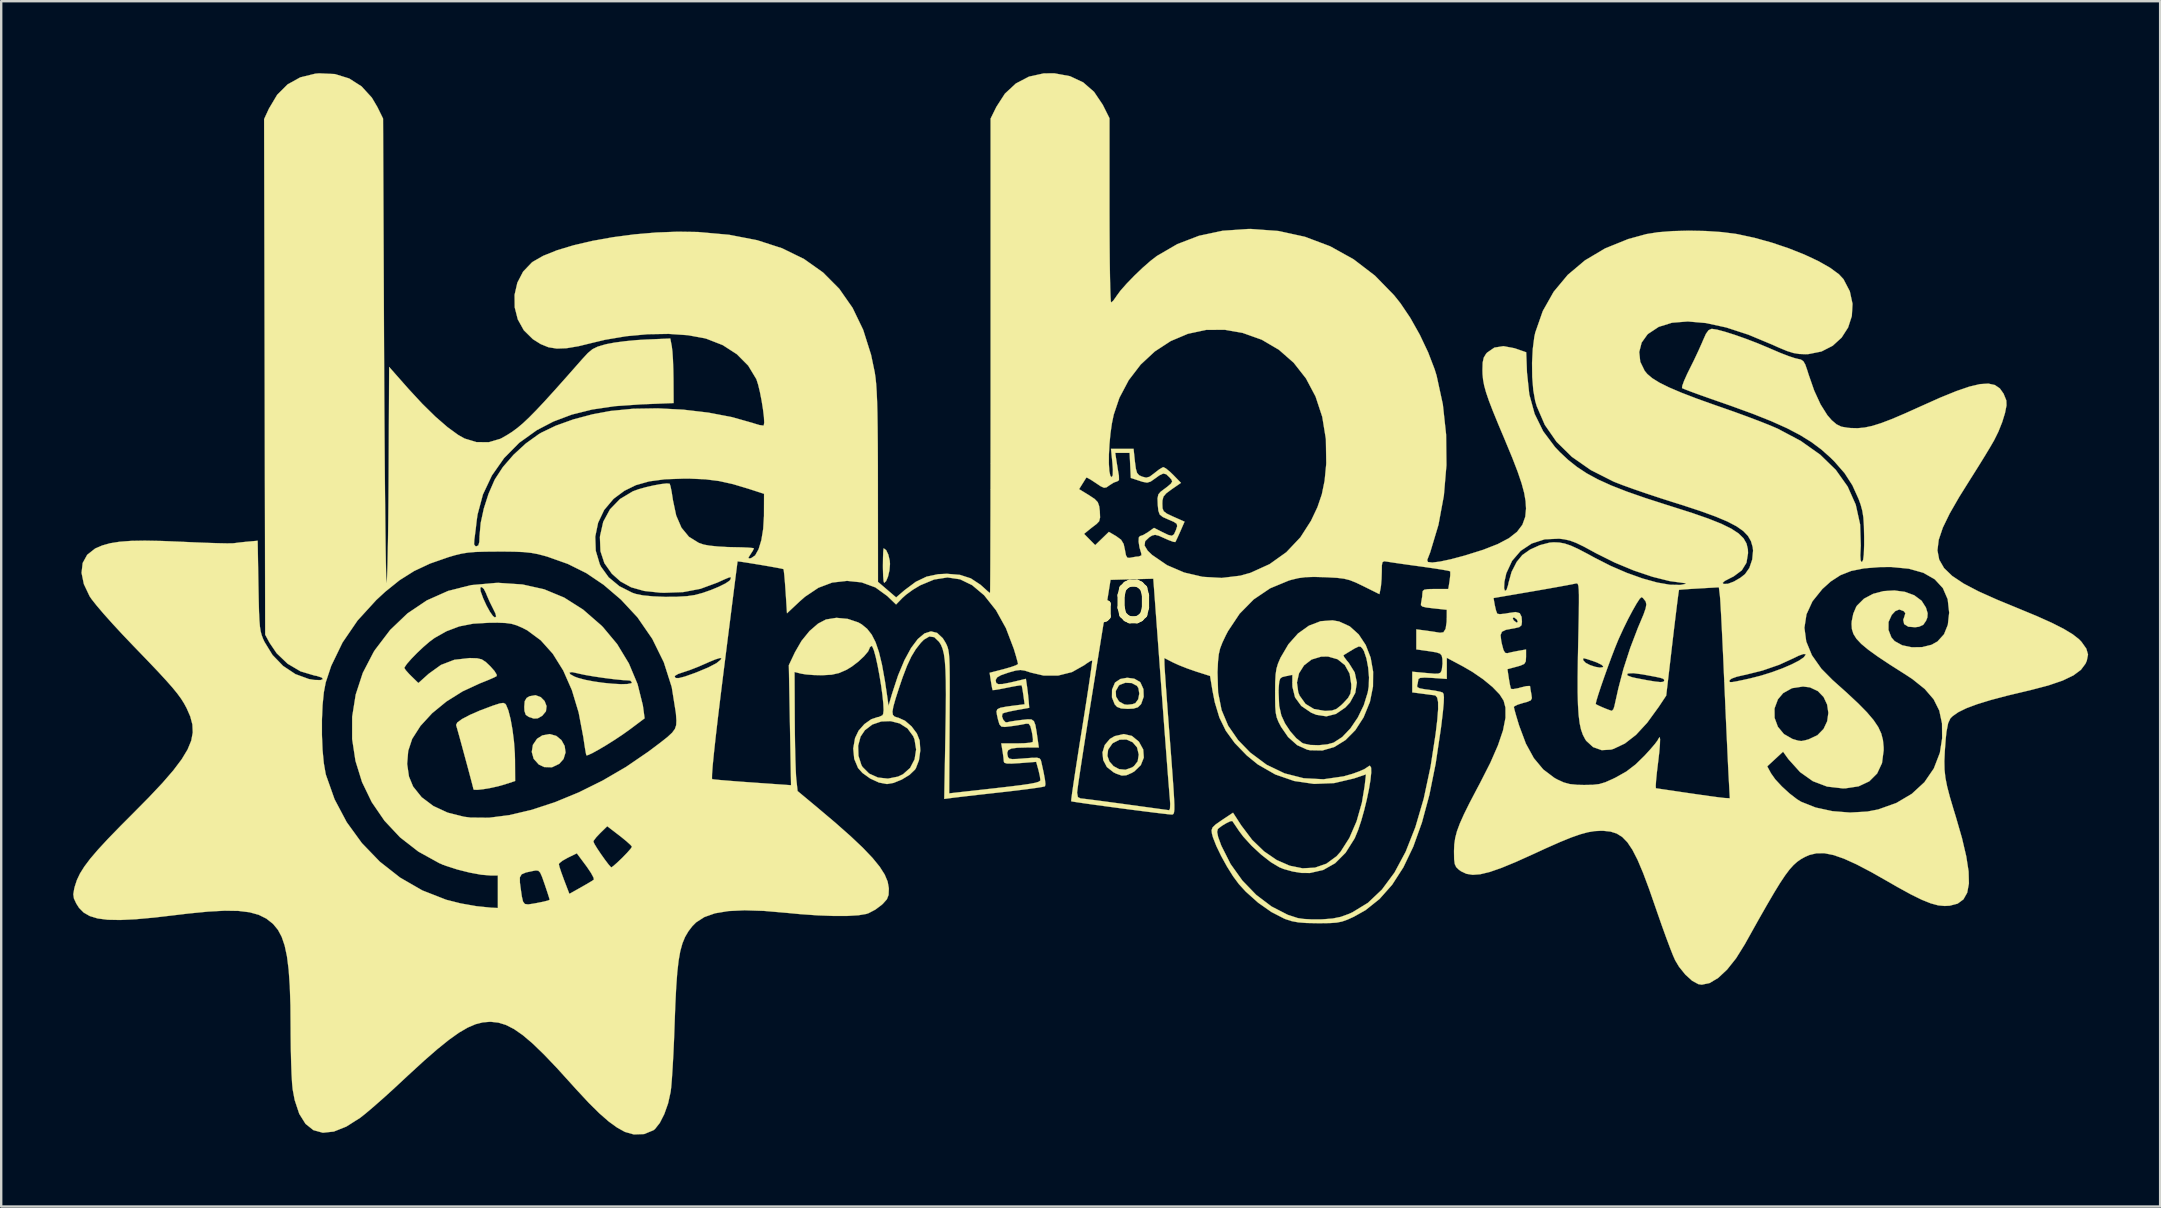
<source format=kicad_pcb>
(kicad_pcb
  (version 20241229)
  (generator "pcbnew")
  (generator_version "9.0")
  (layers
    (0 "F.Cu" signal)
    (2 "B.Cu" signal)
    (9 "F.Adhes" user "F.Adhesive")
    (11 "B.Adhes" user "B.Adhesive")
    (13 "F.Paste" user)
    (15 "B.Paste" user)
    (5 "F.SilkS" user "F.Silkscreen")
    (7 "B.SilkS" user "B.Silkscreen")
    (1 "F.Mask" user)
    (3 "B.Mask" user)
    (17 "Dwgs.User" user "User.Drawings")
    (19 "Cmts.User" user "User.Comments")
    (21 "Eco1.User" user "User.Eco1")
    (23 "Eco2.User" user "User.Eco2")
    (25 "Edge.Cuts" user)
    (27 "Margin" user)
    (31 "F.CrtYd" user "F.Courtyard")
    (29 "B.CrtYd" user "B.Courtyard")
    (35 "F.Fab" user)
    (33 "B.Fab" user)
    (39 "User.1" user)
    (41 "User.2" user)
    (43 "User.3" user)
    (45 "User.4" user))
  (footprint "LOGO"
    (layer "F.Cu")
    (at 41.994 22.084)
    (property "Reference" "LOGO" (at 0 0 0) (layer "F.SilkS") (effects (font (size 1.524 1.524) (thickness 0.3))))
    (attr through_hole)
    (fp_poly (pts (xy -22.513 3.913) (xy -22.352 4.077) (xy -22.271 4.286) (xy -22.296 4.504) (xy -22.451 4.691) (xy -22.637 4.797) (xy -22.805 4.806) (xy -23.008 4.739) (xy -23.136 4.651) (xy -23.191 4.491) (xy -23.199 4.319) (xy -23.18 4.082) (xy -23.101 3.948) (xy -22.979 3.876) (xy -22.731 3.833) (xy -22.513 3.913)) (stroke (width 0.01) (type solid)) (fill yes) (layer "F.SilkS"))
    (fp_poly (pts (xy -21.865 5.529) (xy -21.651 5.705) (xy -21.516 5.947) (xy -21.479 6.219) (xy -21.562 6.49) (xy -21.739 6.691) (xy -22.046 6.837) (xy -22.372 6.827) (xy -22.593 6.722) (xy -22.807 6.484) (xy -22.887 6.195) (xy -22.839 5.901) (xy -22.667 5.649) (xy -22.447 5.508) (xy -22.137 5.452) (xy -21.865 5.529)) (stroke (width 0.01) (type solid)) (fill yes) (layer "F.SilkS"))
    (fp_poly (pts (xy -8.12 -2.211) (xy -8.029 -2.021) (xy -7.971 -1.772) (xy -7.961 -1.634) (xy -7.983 -1.368) (xy -8.042 -1.113) (xy -8.122 -0.921) (xy -8.205 -0.847) (xy -8.228 -0.925) (xy -8.245 -1.133) (xy -8.254 -1.434) (xy -8.255 -1.566) (xy -8.251 -1.892) (xy -8.242 -2.14) (xy -8.228 -2.274) (xy -8.222 -2.286) (xy -8.12 -2.211)) (stroke (width 0.01) (type solid)) (fill yes) (layer "F.SilkS"))
    (fp_poly (pts (xy -23.993 4.19) (xy -23.959 4.233) (xy -23.862 4.467) (xy -23.77 4.828) (xy -23.69 5.275) (xy -23.628 5.767) (xy -23.592 6.263) (xy -23.585 6.519) (xy -23.58 7.408) (xy -24.003 7.547) (xy -24.285 7.627) (xy -24.597 7.696) (xy -24.898 7.748) (xy -25.143 7.776) (xy -25.291 7.772) (xy -25.315 7.755) (xy -25.336 7.664) (xy -25.393 7.444) (xy -25.477 7.127) (xy -25.579 6.747) (xy -25.69 6.338) (xy -25.8 5.932) (xy -25.901 5.563) (xy -25.985 5.264) (xy -26.04 5.072) (xy -25.987 4.967) (xy -25.79 4.825) (xy -25.47 4.656) (xy -25.046 4.471) (xy -24.538 4.28) (xy -24.487 4.262) (xy -24.225 4.178) (xy -24.076 4.155) (xy -23.993 4.19)) (stroke (width 0.01) (type solid)) (fill yes) (layer "F.SilkS"))
    (fp_poly (pts (xy 2.119 5.53) (xy 2.411 5.77) (xy 2.591 6.096) (xy 2.615 6.433) (xy 2.49 6.747) (xy 2.223 7.007) (xy 2.116 7.07) (xy 1.885 7.17) (xy 1.696 7.182) (xy 1.471 7.104) (xy 1.357 7.048) (xy 1.077 6.827) (xy 0.924 6.537) (xy 0.907 6.358) (xy 1.098 6.358) (xy 1.182 6.595) (xy 1.353 6.789) (xy 1.585 6.913) (xy 1.852 6.939) (xy 2.127 6.842) (xy 2.209 6.784) (xy 2.36 6.589) (xy 2.405 6.308) (xy 2.334 6.008) (xy 2.15 5.793) (xy 1.893 5.68) (xy 1.606 5.686) (xy 1.33 5.827) (xy 1.297 5.857) (xy 1.128 6.103) (xy 1.098 6.358) (xy 0.907 6.358) (xy 0.894 6.217) (xy 0.988 5.909) (xy 1.203 5.654) (xy 1.403 5.538) (xy 1.782 5.452) (xy 2.119 5.53)) (stroke (width 0.01) (type solid)) (fill yes) (layer "F.SilkS"))
    (fp_poly (pts (xy 2.216 3.145) (xy 2.447 3.275) (xy 2.476 3.306) (xy 2.599 3.578) (xy 2.61 3.9) (xy 2.507 4.193) (xy 2.493 4.214) (xy 2.37 4.335) (xy 2.187 4.391) (xy 1.947 4.403) (xy 1.67 4.385) (xy 1.501 4.32) (xy 1.402 4.214) (xy 1.288 3.924) (xy 1.291 3.658) (xy 1.447 3.658) (xy 1.459 3.894) (xy 1.585 4.097) (xy 1.805 4.217) (xy 1.932 4.232) (xy 2.142 4.207) (xy 2.264 4.164) (xy 2.382 4.003) (xy 2.427 3.767) (xy 2.391 3.539) (xy 2.33 3.443) (xy 2.112 3.327) (xy 1.845 3.314) (xy 1.611 3.402) (xy 1.572 3.435) (xy 1.447 3.658) (xy 1.291 3.658) (xy 1.292 3.599) (xy 1.411 3.317) (xy 1.423 3.301) (xy 1.636 3.158) (xy 1.923 3.106) (xy 2.216 3.145)) (stroke (width 0.01) (type solid)) (fill yes) (layer "F.SilkS"))
    (fp_poly (pts (xy 10.753 0.762) (xy 11.197 0.965) (xy 11.57 1.301) (xy 11.863 1.744) (xy 12.067 2.27) (xy 12.17 2.854) (xy 12.165 3.47) (xy 12.041 4.093) (xy 12.033 4.12) (xy 11.773 4.756) (xy 11.43 5.288) (xy 11.018 5.703) (xy 10.556 5.99) (xy 10.058 6.136) (xy 9.543 6.127) (xy 9.42 6.101) (xy 9.004 5.913) (xy 8.627 5.575) (xy 8.337 5.154) (xy 8.228 4.946) (xy 8.156 4.766) (xy 8.114 4.569) (xy 8.093 4.311) (xy 8.087 3.95) (xy 8.087 3.725) (xy 8.087 3.673) (xy 8.23 3.673) (xy 8.255 4.271) (xy 8.346 4.676) (xy 8.497 5.006) (xy 8.717 5.338) (xy 8.967 5.625) (xy 9.208 5.816) (xy 9.268 5.846) (xy 9.546 5.906) (xy 9.904 5.917) (xy 10.264 5.881) (xy 10.523 5.81) (xy 10.881 5.578) (xy 11.226 5.215) (xy 11.535 4.759) (xy 11.783 4.247) (xy 11.946 3.718) (xy 11.988 3.468) (xy 12 3.092) (xy 11.965 2.684) (xy 11.892 2.301) (xy 11.791 2) (xy 11.735 1.902) (xy 11.656 1.815) (xy 11.566 1.804) (xy 11.413 1.877) (xy 11.294 1.948) (xy 11.089 2.072) (xy 10.955 2.155) (xy 10.932 2.171) (xy 10.963 2.242) (xy 11.078 2.396) (xy 11.156 2.488) (xy 11.403 2.884) (xy 11.493 3.308) (xy 11.427 3.735) (xy 11.207 4.136) (xy 11.012 4.346) (xy 10.622 4.613) (xy 10.223 4.714) (xy 9.802 4.649) (xy 9.586 4.559) (xy 9.176 4.279) (xy 8.917 3.923) (xy 8.809 3.489) (xy 8.805 3.385) (xy 8.805 3.306) (xy 8.996 3.306) (xy 9.051 3.712) (xy 9.106 3.851) (xy 9.355 4.197) (xy 9.707 4.409) (xy 10.159 4.487) (xy 10.191 4.487) (xy 10.452 4.472) (xy 10.641 4.406) (xy 10.833 4.255) (xy 10.932 4.159) (xy 11.127 3.947) (xy 11.224 3.768) (xy 11.258 3.546) (xy 11.261 3.389) (xy 11.191 2.935) (xy 10.994 2.579) (xy 10.689 2.335) (xy 10.294 2.222) (xy 10.008 2.225) (xy 9.607 2.346) (xy 9.292 2.589) (xy 9.082 2.921) (xy 8.996 3.306) (xy 8.805 3.306) (xy 8.805 2.985) (xy 8.53 3.041) (xy 8.385 3.077) (xy 8.301 3.137) (xy 8.258 3.264) (xy 8.238 3.498) (xy 8.23 3.673) (xy 8.087 3.673) (xy 8.091 3.285) (xy 8.108 2.967) (xy 8.144 2.726) (xy 8.207 2.516) (xy 8.304 2.29) (xy 8.31 2.275) (xy 8.641 1.711) (xy 9.042 1.26) (xy 9.496 0.936) (xy 9.982 0.75) (xy 10.482 0.714) (xy 10.753 0.762)) (stroke (width 0.01) (type solid)) (fill yes) (layer "F.SilkS"))
    (fp_poly (pts (xy -0.462 -21.96) (xy 0.088 -21.703) (xy 0.543 -21.307) (xy 0.904 -20.77) (xy 0.926 -20.726) (xy 1.185 -20.208) (xy 1.185 -16.369) (xy 1.187 -15.581) (xy 1.191 -14.848) (xy 1.197 -14.186) (xy 1.206 -13.612) (xy 1.216 -13.143) (xy 1.228 -12.795) (xy 1.24 -12.587) (xy 1.252 -12.531) (xy 1.335 -12.596) (xy 1.452 -12.757) (xy 1.469 -12.786) (xy 1.637 -13.016) (xy 1.9 -13.315) (xy 2.222 -13.647) (xy 2.565 -13.975) (xy 2.895 -14.264) (xy 3.16 -14.468) (xy 4.01 -14.962) (xy 4.917 -15.31) (xy 5.9 -15.519) (xy 6.973 -15.593) (xy 7.07 -15.594) (xy 8.225 -15.509) (xy 9.332 -15.267) (xy 10.38 -14.872) (xy 11.355 -14.331) (xy 12.246 -13.649) (xy 13.041 -12.834) (xy 13.307 -12.501) (xy 13.717 -11.893) (xy 14.113 -11.19) (xy 14.462 -10.454) (xy 14.733 -9.748) (xy 14.815 -9.483) (xy 15.075 -8.285) (xy 15.211 -7.029) (xy 15.225 -5.751) (xy 15.118 -4.485) (xy 14.892 -3.264) (xy 14.549 -2.122) (xy 14.423 -1.799) (xy 14.454 -1.717) (xy 14.634 -1.695) (xy 14.955 -1.734) (xy 15.409 -1.831) (xy 15.987 -1.985) (xy 15.993 -1.987) (xy 16.757 -2.226) (xy 17.365 -2.464) (xy 17.831 -2.71) (xy 18.168 -2.975) (xy 18.39 -3.269) (xy 18.51 -3.603) (xy 18.542 -3.942) (xy 18.524 -4.251) (xy 18.465 -4.595) (xy 18.357 -4.995) (xy 18.194 -5.476) (xy 17.969 -6.06) (xy 17.674 -6.771) (xy 17.662 -6.801) (xy 17.38 -7.47) (xy 17.16 -8.008) (xy 16.995 -8.437) (xy 16.877 -8.783) (xy 16.798 -9.068) (xy 16.752 -9.314) (xy 16.73 -9.547) (xy 16.726 -9.708) (xy 16.735 -10.026) (xy 16.78 -10.233) (xy 16.875 -10.391) (xy 16.919 -10.441) (xy 17.222 -10.65) (xy 17.6 -10.711) (xy 18.058 -10.625) (xy 18.113 -10.607) (xy 18.548 -10.456) (xy 18.581 -9.61) (xy 18.678 -8.698) (xy 18.9 -7.89) (xy 19.255 -7.166) (xy 19.749 -6.507) (xy 19.947 -6.298) (xy 20.297 -5.971) (xy 20.666 -5.678) (xy 21.074 -5.409) (xy 21.543 -5.155) (xy 22.091 -4.906) (xy 22.74 -4.652) (xy 23.509 -4.384) (xy 24.419 -4.091) (xy 24.638 -4.022) (xy 25.465 -3.759) (xy 26.14 -3.524) (xy 26.678 -3.31) (xy 27.092 -3.107) (xy 27.396 -2.908) (xy 27.604 -2.704) (xy 27.729 -2.486) (xy 27.785 -2.247) (xy 27.792 -2.087) (xy 27.726 -1.685) (xy 27.532 -1.37) (xy 27.194 -1.118) (xy 27.059 -1.05) (xy 26.821 -0.927) (xy 26.734 -0.846) (xy 26.772 -0.802) (xy 26.95 -0.807) (xy 27.201 -0.901) (xy 27.474 -1.06) (xy 27.666 -1.211) (xy 27.848 -1.47) (xy 27.967 -1.821) (xy 28.002 -2.191) (xy 27.986 -2.339) (xy 27.915 -2.584) (xy 27.789 -2.804) (xy 27.593 -3.008) (xy 27.312 -3.205) (xy 26.932 -3.404) (xy 26.437 -3.612) (xy 25.813 -3.839) (xy 25.044 -4.092) (xy 24.714 -4.195) (xy 24.135 -4.38) (xy 23.561 -4.57) (xy 23.03 -4.753) (xy 22.578 -4.916) (xy 22.243 -5.046) (xy 22.183 -5.071) (xy 21.241 -5.548) (xy 20.451 -6.1) (xy 19.812 -6.727) (xy 19.324 -7.431) (xy 18.987 -8.211) (xy 18.923 -8.431) (xy 18.844 -8.875) (xy 18.8 -9.424) (xy 18.793 -10.019) (xy 18.823 -10.598) (xy 18.888 -11.102) (xy 18.927 -11.279) (xy 19.24 -12.174) (xy 19.693 -12.976) (xy 20.281 -13.682) (xy 20.998 -14.286) (xy 21.839 -14.785) (xy 22.799 -15.173) (xy 23.559 -15.381) (xy 24.046 -15.458) (xy 24.65 -15.505) (xy 25.324 -15.522) (xy 26.018 -15.509) (xy 26.684 -15.465) (xy 27.273 -15.391) (xy 27.347 -15.378) (xy 28.062 -15.224) (xy 28.782 -15.024) (xy 29.483 -14.788) (xy 30.138 -14.528) (xy 30.723 -14.254) (xy 31.212 -13.976) (xy 31.579 -13.706) (xy 31.77 -13.5) (xy 32.033 -12.996) (xy 32.145 -12.477) (xy 32.117 -11.966) (xy 31.962 -11.489) (xy 31.691 -11.067) (xy 31.317 -10.726) (xy 30.853 -10.489) (xy 30.309 -10.38) (xy 30.184 -10.376) (xy 29.926 -10.385) (xy 29.684 -10.425) (xy 29.414 -10.51) (xy 29.067 -10.654) (xy 28.812 -10.769) (xy 27.809 -11.188) (xy 26.882 -11.49) (xy 26.037 -11.674) (xy 25.282 -11.74) (xy 24.624 -11.687) (xy 24.07 -11.515) (xy 23.627 -11.222) (xy 23.6 -11.197) (xy 23.358 -10.858) (xy 23.258 -10.466) (xy 23.301 -10.06) (xy 23.486 -9.681) (xy 23.594 -9.551) (xy 23.799 -9.377) (xy 24.094 -9.193) (xy 24.495 -8.994) (xy 25.015 -8.772) (xy 25.668 -8.521) (xy 26.467 -8.236) (xy 26.668 -8.167) (xy 27.224 -7.972) (xy 27.776 -7.77) (xy 28.286 -7.577) (xy 28.714 -7.407) (xy 29.021 -7.275) (xy 29.023 -7.275) (xy 29.989 -6.762) (xy 30.798 -6.189) (xy 31.449 -5.556) (xy 31.943 -4.861) (xy 32.28 -4.104) (xy 32.462 -3.283) (xy 32.489 -2.398) (xy 32.486 -2.345) (xy 32.47 -1.992) (xy 32.482 -1.789) (xy 32.522 -1.716) (xy 32.541 -1.718) (xy 32.588 -1.806) (xy 32.617 -2.039) (xy 32.63 -2.425) (xy 32.63 -2.76) (xy 32.62 -3.226) (xy 32.598 -3.574) (xy 32.554 -3.852) (xy 32.483 -4.112) (xy 32.4 -4.34) (xy 32.14 -4.915) (xy 31.816 -5.418) (xy 31.388 -5.908) (xy 31.228 -6.066) (xy 30.85 -6.403) (xy 30.435 -6.713) (xy 29.962 -7.006) (xy 29.413 -7.293) (xy 28.765 -7.584) (xy 28 -7.889) (xy 27.097 -8.218) (xy 26.755 -8.338) (xy 26.255 -8.512) (xy 25.81 -8.67) (xy 25.445 -8.803) (xy 25.184 -8.903) (xy 25.052 -8.958) (xy 25.042 -8.965) (xy 25.052 -9.059) (xy 25.128 -9.267) (xy 25.256 -9.553) (xy 25.348 -9.739) (xy 25.539 -10.124) (xy 25.726 -10.521) (xy 25.877 -10.859) (xy 25.912 -10.943) (xy 26.038 -11.224) (xy 26.147 -11.375) (xy 26.263 -11.428) (xy 26.297 -11.43) (xy 26.504 -11.398) (xy 26.832 -11.31) (xy 27.246 -11.179) (xy 27.71 -11.015) (xy 28.19 -10.831) (xy 28.65 -10.639) (xy 28.769 -10.587) (xy 29.136 -10.43) (xy 29.477 -10.298) (xy 29.744 -10.21) (xy 29.843 -10.186) (xy 29.994 -10.152) (xy 30.096 -10.084) (xy 30.177 -9.946) (xy 30.263 -9.698) (xy 30.313 -9.536) (xy 30.548 -8.861) (xy 30.813 -8.285) (xy 31.096 -7.835) (xy 31.278 -7.625) (xy 31.483 -7.451) (xy 31.684 -7.355) (xy 31.955 -7.309) (xy 32.076 -7.299) (xy 32.359 -7.292) (xy 32.648 -7.319) (xy 32.967 -7.387) (xy 33.34 -7.504) (xy 33.792 -7.676) (xy 34.346 -7.913) (xy 35.01 -8.212) (xy 35.806 -8.568) (xy 36.471 -8.838) (xy 37.016 -9.025) (xy 37.457 -9.129) (xy 37.806 -9.15) (xy 38.077 -9.091) (xy 38.283 -8.951) (xy 38.439 -8.732) (xy 38.554 -8.449) (xy 38.561 -8.24) (xy 38.499 -7.925) (xy 38.383 -7.548) (xy 38.225 -7.151) (xy 38.044 -6.786) (xy 37.883 -6.508) (xy 37.658 -6.135) (xy 37.396 -5.711) (xy 37.127 -5.283) (xy 37.086 -5.219) (xy 36.588 -4.423) (xy 36.194 -3.738) (xy 35.908 -3.149) (xy 35.737 -2.642) (xy 35.684 -2.202) (xy 35.757 -1.815) (xy 35.959 -1.464) (xy 36.297 -1.137) (xy 36.776 -0.818) (xy 37.4 -0.491) (xy 38.176 -0.144) (xy 39.054 0.218) (xy 39.828 0.539) (xy 40.454 0.82) (xy 40.945 1.069) (xy 41.315 1.292) (xy 41.578 1.497) (xy 41.685 1.608) (xy 41.887 1.893) (xy 41.958 2.138) (xy 41.907 2.397) (xy 41.853 2.52) (xy 41.663 2.775) (xy 41.35 3.007) (xy 40.901 3.223) (xy 40.305 3.426) (xy 39.553 3.623) (xy 39.475 3.641) (xy 38.614 3.846) (xy 37.906 4.033) (xy 37.337 4.208) (xy 36.892 4.374) (xy 36.557 4.538) (xy 36.319 4.704) (xy 36.225 4.796) (xy 36.13 4.997) (xy 36.059 5.363) (xy 36.027 5.673) (xy 35.99 6.174) (xy 35.972 6.582) (xy 35.979 6.936) (xy 36.016 7.275) (xy 36.088 7.639) (xy 36.2 8.067) (xy 36.357 8.597) (xy 36.447 8.89) (xy 36.707 9.79) (xy 36.885 10.549) (xy 36.982 11.175) (xy 36.995 11.677) (xy 36.924 12.062) (xy 36.767 12.34) (xy 36.525 12.518) (xy 36.194 12.604) (xy 35.982 12.615) (xy 35.715 12.59) (xy 35.405 12.506) (xy 35.031 12.356) (xy 34.572 12.13) (xy 34.007 11.82) (xy 33.678 11.63) (xy 32.935 11.208) (xy 32.311 10.881) (xy 31.788 10.644) (xy 31.348 10.492) (xy 30.974 10.418) (xy 30.649 10.419) (xy 30.354 10.489) (xy 30.167 10.57) (xy 29.998 10.664) (xy 29.84 10.774) (xy 29.684 10.914) (xy 29.519 11.098) (xy 29.337 11.341) (xy 29.127 11.656) (xy 28.88 12.059) (xy 28.585 12.563) (xy 28.232 13.182) (xy 27.813 13.932) (xy 27.654 14.217) (xy 27.294 14.795) (xy 26.921 15.264) (xy 26.55 15.611) (xy 26.194 15.825) (xy 25.867 15.895) (xy 25.719 15.872) (xy 25.461 15.73) (xy 25.18 15.475) (xy 24.917 15.149) (xy 24.758 14.883) (xy 24.669 14.683) (xy 24.539 14.353) (xy 24.378 13.923) (xy 24.198 13.425) (xy 24.011 12.889) (xy 23.96 12.741) (xy 23.673 11.915) (xy 23.42 11.239) (xy 23.191 10.697) (xy 22.976 10.277) (xy 22.766 9.962) (xy 22.55 9.74) (xy 22.318 9.596) (xy 22.06 9.515) (xy 21.766 9.484) (xy 21.657 9.483) (xy 21.397 9.496) (xy 21.121 9.542) (xy 20.804 9.628) (xy 20.424 9.761) (xy 19.958 9.951) (xy 19.383 10.205) (xy 18.838 10.456) (xy 18.112 10.783) (xy 17.516 11.029) (xy 17.03 11.198) (xy 16.636 11.293) (xy 16.318 11.317) (xy 16.057 11.275) (xy 15.834 11.17) (xy 15.738 11.1) (xy 15.632 10.996) (xy 15.572 10.868) (xy 15.546 10.669) (xy 15.541 10.351) (xy 15.541 10.315) (xy 15.553 10.044) (xy 15.591 9.781) (xy 15.664 9.502) (xy 15.782 9.183) (xy 15.953 8.799) (xy 16.187 8.326) (xy 16.494 7.74) (xy 16.625 7.494) (xy 17.055 6.648) (xy 17.373 5.92) (xy 17.583 5.299) (xy 17.686 4.778) (xy 17.685 4.348) (xy 17.609 4.06) (xy 17.44 3.797) (xy 17.146 3.492) (xy 16.757 3.171) (xy 16.305 2.86) (xy 15.921 2.637) (xy 15.24 2.274) (xy 15.24 3.155) (xy 14.647 3.113) (xy 14.319 3.098) (xy 14.132 3.112) (xy 14.058 3.158) (xy 14.055 3.179) (xy 14.025 3.355) (xy 14.005 3.417) (xy 14.01 3.494) (xy 14.115 3.548) (xy 14.349 3.59) (xy 14.46 3.603) (xy 14.749 3.644) (xy 14.976 3.692) (xy 15.07 3.725) (xy 15.106 3.785) (xy 15.12 3.922) (xy 15.111 4.157) (xy 15.079 4.51) (xy 15.021 5.002) (xy 14.994 5.218) (xy 14.776 6.682) (xy 14.514 7.987) (xy 14.203 9.14) (xy 13.843 10.144) (xy 13.43 11.006) (xy 12.963 11.731) (xy 12.437 12.324) (xy 11.852 12.791) (xy 11.364 13.065) (xy 11.099 13.185) (xy 10.879 13.263) (xy 10.655 13.308) (xy 10.374 13.328) (xy 9.988 13.333) (xy 9.864 13.333) (xy 9.402 13.325) (xy 9.059 13.299) (xy 8.786 13.249) (xy 8.532 13.168) (xy 8.467 13.142) (xy 7.933 12.867) (xy 7.38 12.479) (xy 6.863 12.017) (xy 6.578 11.705) (xy 6.337 11.38) (xy 6.083 10.975) (xy 5.842 10.538) (xy 5.638 10.117) (xy 5.497 9.757) (xy 5.455 9.602) (xy 5.448 9.531) (xy 5.67 9.531) (xy 5.713 9.742) (xy 5.833 10.072) (xy 5.849 10.112) (xy 6.232 10.87) (xy 6.723 11.557) (xy 7.299 12.153) (xy 7.937 12.636) (xy 8.614 12.984) (xy 9.034 13.121) (xy 9.275 13.156) (xy 9.617 13.175) (xy 9.993 13.174) (xy 10.051 13.172) (xy 10.48 13.139) (xy 10.824 13.069) (xy 11.166 12.944) (xy 11.31 12.878) (xy 11.953 12.485) (xy 12.537 11.933) (xy 13.061 11.224) (xy 13.526 10.357) (xy 13.931 9.332) (xy 14.278 8.148) (xy 14.565 6.807) (xy 14.776 5.435) (xy 14.845 4.852) (xy 14.879 4.418) (xy 14.877 4.117) (xy 14.839 3.932) (xy 14.766 3.847) (xy 14.732 3.837) (xy 14.575 3.817) (xy 14.326 3.784) (xy 14.203 3.768) (xy 13.801 3.715) (xy 13.801 2.854) (xy 14.392 2.909) (xy 14.701 2.935) (xy 14.882 2.934) (xy 14.975 2.897) (xy 15.019 2.815) (xy 15.033 2.762) (xy 15.062 2.521) (xy 15.056 2.317) (xy 15.029 2.183) (xy 14.959 2.101) (xy 14.806 2.049) (xy 14.528 2.003) (xy 14.499 1.999) (xy 13.97 1.924) (xy 13.97 1.09) (xy 14.372 1.142) (xy 14.654 1.182) (xy 14.891 1.22) (xy 14.955 1.231) (xy 15.1 1.211) (xy 15.191 1.066) (xy 15.233 0.781) (xy 15.237 0.641) (xy 17.985 0.641) (xy 18.036 0.722) (xy 18.146 0.808) (xy 18.199 0.782) (xy 18.164 0.683) (xy 18.049 0.597) (xy 18.019 0.593) (xy 17.985 0.641) (xy 15.237 0.641) (xy 15.239 0.581) (xy 15.24 0.274) (xy 14.682 0.214) (xy 14.385 0.178) (xy 14.223 0.139) (xy 14.162 0.081) (xy 14.168 -0.012) (xy 14.173 -0.029) (xy 14.205 -0.216) (xy 17.187 -0.216) (xy 17.24 0.083) (xy 17.289 0.297) (xy 17.34 0.431) (xy 17.346 0.439) (xy 17.452 0.457) (xy 17.665 0.436) (xy 17.812 0.409) (xy 18.107 0.368) (xy 18.279 0.415) (xy 18.356 0.57) (xy 18.371 0.774) (xy 18.352 0.918) (xy 18.262 0.996) (xy 18.055 1.045) (xy 18.013 1.051) (xy 17.705 1.108) (xy 17.538 1.188) (xy 17.481 1.327) (xy 17.507 1.564) (xy 17.531 1.682) (xy 17.6 1.944) (xy 17.67 2.067) (xy 17.76 2.084) (xy 17.767 2.082) (xy 17.942 2.04) (xy 18.187 1.991) (xy 18.224 1.985) (xy 18.542 1.928) (xy 18.542 2.235) (xy 18.531 2.423) (xy 18.467 2.53) (xy 18.307 2.601) (xy 18.154 2.644) (xy 17.767 2.748) (xy 17.824 3.131) (xy 17.865 3.372) (xy 17.903 3.537) (xy 17.915 3.569) (xy 18.008 3.579) (xy 18.207 3.543) (xy 18.33 3.509) (xy 18.552 3.456) (xy 18.69 3.448) (xy 18.711 3.465) (xy 18.727 3.591) (xy 18.764 3.796) (xy 18.785 3.956) (xy 18.74 4.047) (xy 18.592 4.111) (xy 18.425 4.155) (xy 18.196 4.226) (xy 18.056 4.295) (xy 18.034 4.324) (xy 18.058 4.432) (xy 18.121 4.659) (xy 18.213 4.965) (xy 18.253 5.097) (xy 18.535 5.851) (xy 18.867 6.456) (xy 19.259 6.927) (xy 19.722 7.277) (xy 19.847 7.346) (xy 20.113 7.468) (xy 20.369 7.537) (xy 20.684 7.568) (xy 20.959 7.574) (xy 21.32 7.568) (xy 21.591 7.536) (xy 21.844 7.461) (xy 22.15 7.325) (xy 22.282 7.261) (xy 22.722 7.013) (xy 23.109 6.716) (xy 23.484 6.349) (xy 23.725 6.085) (xy 23.914 5.863) (xy 24.026 5.713) (xy 24.045 5.671) (xy 24.098 5.59) (xy 24.112 5.588) (xy 24.127 5.667) (xy 24.12 5.881) (xy 24.094 6.2) (xy 24.049 6.592) (xy 24.042 6.646) (xy 23.994 7.046) (xy 23.961 7.378) (xy 23.946 7.61) (xy 23.952 7.71) (xy 23.954 7.711) (xy 24.05 7.725) (xy 24.285 7.76) (xy 24.627 7.81) (xy 25.047 7.873) (xy 25.315 7.912) (xy 25.783 7.98) (xy 26.204 8.039) (xy 26.544 8.085) (xy 26.77 8.112) (xy 26.83 8.117) (xy 27.033 8.128) (xy 26.979 7.133) (xy 26.963 6.809) (xy 26.962 6.798) (xy 28.592 6.798) (xy 28.75 7.09) (xy 28.928 7.341) (xy 29.201 7.635) (xy 29.52 7.927) (xy 29.834 8.169) (xy 30.009 8.276) (xy 30.611 8.514) (xy 31.307 8.665) (xy 32.041 8.723) (xy 32.759 8.682) (xy 33.215 8.594) (xy 33.972 8.324) (xy 34.617 7.942) (xy 35.141 7.459) (xy 35.533 6.886) (xy 35.785 6.234) (xy 35.88 5.628) (xy 35.874 5.007) (xy 35.761 4.474) (xy 35.526 4.004) (xy 35.156 3.574) (xy 34.638 3.159) (xy 34.361 2.977) (xy 33.713 2.565) (xy 33.198 2.223) (xy 32.801 1.937) (xy 32.509 1.694) (xy 32.308 1.479) (xy 32.183 1.279) (xy 32.12 1.079) (xy 32.106 0.867) (xy 32.113 0.752) (xy 32.177 0.438) (xy 32.297 0.155) (xy 32.33 0.103) (xy 32.623 -0.188) (xy 33.004 -0.39) (xy 33.438 -0.504) (xy 33.89 -0.531) (xy 34.329 -0.473) (xy 34.718 -0.33) (xy 35.024 -0.102) (xy 35.205 0.183) (xy 35.275 0.417) (xy 35.263 0.597) (xy 35.208 0.733) (xy 35.092 0.901) (xy 34.916 0.98) (xy 34.758 1.001) (xy 34.47 0.979) (xy 34.297 0.871) (xy 34.258 0.693) (xy 34.302 0.57) (xy 34.347 0.416) (xy 34.278 0.329) (xy 34.095 0.261) (xy 33.929 0.328) (xy 33.78 0.487) (xy 33.646 0.782) (xy 33.644 1.115) (xy 33.766 1.426) (xy 33.899 1.579) (xy 34.215 1.753) (xy 34.617 1.837) (xy 35.045 1.83) (xy 35.44 1.732) (xy 35.686 1.594) (xy 35.958 1.294) (xy 36.117 0.9) (xy 36.173 0.394) (xy 36.111 -0.165) (xy 35.91 -0.629) (xy 35.571 -0.997) (xy 35.098 -1.267) (xy 34.491 -1.438) (xy 33.754 -1.509) (xy 33.285 -1.505) (xy 32.625 -1.452) (xy 32.091 -1.345) (xy 31.642 -1.168) (xy 31.238 -0.906) (xy 30.889 -0.592) (xy 30.476 -0.079) (xy 30.227 0.463) (xy 30.141 1.024) (xy 30.217 1.595) (xy 30.453 2.168) (xy 30.85 2.732) (xy 31.309 3.196) (xy 31.904 3.728) (xy 32.38 4.173) (xy 32.749 4.548) (xy 33.023 4.871) (xy 33.217 5.159) (xy 33.343 5.431) (xy 33.413 5.704) (xy 33.441 5.995) (xy 33.443 6.126) (xy 33.374 6.661) (xy 33.171 7.095) (xy 32.844 7.421) (xy 32.4 7.63) (xy 31.849 7.714) (xy 31.744 7.716) (xy 31.085 7.64) (xy 30.494 7.416) (xy 29.962 7.039) (xy 29.479 6.503) (xy 29.416 6.417) (xy 29.252 6.187) (xy 28.922 6.493) (xy 28.592 6.798) (xy 26.962 6.798) (xy 26.941 6.343) (xy 26.914 5.765) (xy 26.883 5.101) (xy 26.851 4.385) (xy 28.895 4.385) (xy 28.899 4.779) (xy 29.035 5.148) (xy 29.287 5.452) (xy 29.641 5.655) (xy 29.688 5.67) (xy 29.886 5.728) (xy 30.013 5.743) (xy 30.157 5.716) (xy 30.315 5.673) (xy 30.682 5.501) (xy 30.939 5.239) (xy 31.09 4.919) (xy 31.139 4.57) (xy 31.088 4.224) (xy 30.942 3.911) (xy 30.702 3.662) (xy 30.373 3.507) (xy 30.083 3.471) (xy 29.623 3.541) (xy 29.256 3.746) (xy 29.037 4.005) (xy 28.895 4.385) (xy 26.851 4.385) (xy 26.851 4.38) (xy 26.818 3.63) (xy 26.802 3.257) (xy 27.015 3.257) (xy 27.039 3.287) (xy 27.129 3.287) (xy 27.313 3.256) (xy 27.617 3.192) (xy 27.87 3.136) (xy 28.329 3.019) (xy 28.788 2.875) (xy 29.223 2.715) (xy 29.607 2.55) (xy 29.914 2.393) (xy 30.118 2.254) (xy 30.192 2.145) (xy 30.185 2.119) (xy 30.094 2.118) (xy 29.902 2.187) (xy 29.697 2.287) (xy 29.09 2.565) (xy 28.391 2.806) (xy 27.677 2.984) (xy 27.607 2.997) (xy 27.323 3.063) (xy 27.114 3.138) (xy 27.029 3.2) (xy 27.015 3.257) (xy 26.802 3.257) (xy 26.794 3.09) (xy 26.763 2.373) (xy 26.731 1.695) (xy 26.701 1.08) (xy 26.674 0.55) (xy 26.65 0.125) (xy 26.632 -0.172) (xy 26.62 -0.31) (xy 26.577 -0.663) (xy 25.756 -0.616) (xy 25.404 -0.595) (xy 25.123 -0.576) (xy 24.951 -0.561) (xy 24.916 -0.555) (xy 24.901 -0.471) (xy 24.87 -0.241) (xy 24.825 0.113) (xy 24.769 0.569) (xy 24.704 1.104) (xy 24.639 1.654) (xy 24.382 3.85) (xy 24.072 4.317) (xy 23.59 4.98) (xy 23.123 5.486) (xy 22.661 5.845) (xy 22.191 6.068) (xy 22.085 6.1) (xy 21.694 6.123) (xy 21.335 5.995) (xy 21.049 5.732) (xy 21.006 5.666) (xy 20.91 5.483) (xy 20.834 5.266) (xy 20.776 5) (xy 20.734 4.664) (xy 20.707 4.242) (xy 20.705 4.188) (xy 21.445 4.188) (xy 21.446 4.203) (xy 21.542 4.255) (xy 21.726 4.338) (xy 21.93 4.421) (xy 22.084 4.476) (xy 22.118 4.484) (xy 22.182 4.416) (xy 22.222 4.297) (xy 22.262 4.116) (xy 22.325 3.835) (xy 22.387 3.556) (xy 22.546 2.949) (xy 22.756 2.949) (xy 22.775 3.015) (xy 22.959 3.084) (xy 23.126 3.121) (xy 23.598 3.211) (xy 23.928 3.265) (xy 24.139 3.287) (xy 24.255 3.276) (xy 24.297 3.237) (xy 24.299 3.219) (xy 24.29 3.178) (xy 24.243 3.143) (xy 24.13 3.107) (xy 23.922 3.063) (xy 23.589 3.001) (xy 23.379 2.963) (xy 23.018 2.915) (xy 22.803 2.925) (xy 22.756 2.949) (xy 22.546 2.949) (xy 22.6 2.739) (xy 22.883 1.865) (xy 23.208 1.014) (xy 23.289 0.824) (xy 23.441 0.461) (xy 23.526 0.215) (xy 23.554 0.054) (xy 23.532 -0.057) (xy 23.514 -0.091) (xy 23.41 -0.22) (xy 23.352 -0.254) (xy 23.276 -0.182) (xy 23.148 0.014) (xy 22.982 0.305) (xy 22.794 0.659) (xy 22.603 1.048) (xy 22.423 1.44) (xy 22.375 1.549) (xy 22.25 1.856) (xy 22.106 2.231) (xy 21.954 2.643) (xy 21.804 3.062) (xy 21.667 3.457) (xy 21.555 3.796) (xy 21.477 4.05) (xy 21.445 4.188) (xy 20.705 4.188) (xy 20.693 3.716) (xy 20.693 3.067) (xy 20.703 2.309) (xy 20.916 2.309) (xy 20.926 2.368) (xy 20.932 2.386) (xy 21.025 2.484) (xy 21.205 2.577) (xy 21.419 2.649) (xy 21.615 2.684) (xy 21.74 2.667) (xy 21.759 2.633) (xy 21.686 2.564) (xy 21.5 2.472) (xy 21.363 2.421) (xy 21.1 2.333) (xy 20.963 2.296) (xy 20.916 2.309) (xy 20.703 2.309) (xy 20.703 2.278) (xy 20.714 1.735) (xy 20.73 1.004) (xy 20.741 0.425) (xy 20.746 -0.02) (xy 20.746 -0.347) (xy 20.738 -0.574) (xy 20.724 -0.718) (xy 20.7 -0.796) (xy 20.668 -0.826) (xy 20.627 -0.826) (xy 20.609 -0.821) (xy 20.478 -0.793) (xy 20.208 -0.742) (xy 19.829 -0.673) (xy 19.369 -0.591) (xy 18.858 -0.502) (xy 18.817 -0.495) (xy 17.187 -0.216) (xy 14.205 -0.216) (xy 14.215 -0.273) (xy 14.223 -0.402) (xy 14.237 -0.506) (xy 14.302 -0.563) (xy 14.457 -0.587) (xy 14.74 -0.593) (xy 14.764 -0.593) (xy 15.303 -0.593) (xy 15.308 -0.625) (xy 17.627 -0.625) (xy 17.664 -0.513) (xy 17.729 -0.556) (xy 17.796 -0.76) (xy 17.814 -0.854) (xy 17.94 -1.305) (xy 18.154 -1.723) (xy 18.386 -2.006) (xy 18.711 -2.235) (xy 19.118 -2.419) (xy 19.527 -2.525) (xy 19.694 -2.538) (xy 19.927 -2.528) (xy 20.153 -2.486) (xy 20.405 -2.401) (xy 20.717 -2.259) (xy 21.122 -2.047) (xy 21.391 -1.9) (xy 22.064 -1.557) (xy 22.743 -1.264) (xy 23.401 -1.029) (xy 24.009 -0.861) (xy 24.539 -0.769) (xy 24.961 -0.761) (xy 25.019 -0.769) (xy 25.182 -0.803) (xy 25.207 -0.828) (xy 25.164 -0.835) (xy 24.532 -0.921) (xy 23.808 -1.102) (xy 23.03 -1.364) (xy 22.236 -1.694) (xy 21.464 -2.079) (xy 21.371 -2.13) (xy 20.95 -2.359) (xy 20.63 -2.513) (xy 20.371 -2.61) (xy 20.13 -2.664) (xy 19.918 -2.689) (xy 19.319 -2.662) (xy 18.779 -2.488) (xy 18.319 -2.183) (xy 17.959 -1.764) (xy 17.719 -1.247) (xy 17.64 -0.889) (xy 17.627 -0.625) (xy 15.308 -0.625) (xy 15.359 -0.943) (xy 15.385 -1.168) (xy 15.384 -1.312) (xy 15.376 -1.331) (xy 15.283 -1.356) (xy 15.053 -1.397) (xy 14.718 -1.45) (xy 14.31 -1.509) (xy 14.167 -1.529) (xy 13.72 -1.59) (xy 13.316 -1.647) (xy 12.993 -1.694) (xy 12.79 -1.726) (xy 12.764 -1.731) (xy 12.629 -1.748) (xy 12.56 -1.708) (xy 12.534 -1.575) (xy 12.531 -1.321) (xy 12.521 -1.009) (xy 12.498 -0.727) (xy 12.482 -0.623) (xy 12.433 -0.378) (xy 11.761 -0.712) (xy 11.448 -0.862) (xy 11.198 -0.961) (xy 10.956 -1.022) (xy 10.668 -1.057) (xy 10.277 -1.079) (xy 10.166 -1.084) (xy 9.705 -1.096) (xy 9.355 -1.085) (xy 9.059 -1.046) (xy 8.759 -0.974) (xy 8.655 -0.943) (xy 7.881 -0.622) (xy 7.195 -0.159) (xy 6.607 0.438) (xy 6.124 1.163) (xy 6.03 1.343) (xy 5.888 1.643) (xy 5.794 1.887) (xy 5.738 2.13) (xy 5.707 2.425) (xy 5.688 2.83) (xy 5.686 2.883) (xy 5.711 3.719) (xy 5.855 4.45) (xy 6.13 5.103) (xy 6.544 5.703) (xy 7.047 6.221) (xy 7.733 6.732) (xy 8.481 7.091) (xy 9.276 7.293) (xy 10.102 7.336) (xy 10.94 7.215) (xy 11.318 7.107) (xy 11.597 7.005) (xy 11.807 6.913) (xy 11.9 6.851) (xy 12.016 6.775) (xy 12.036 6.773) (xy 12.086 6.849) (xy 12.091 7.058) (xy 12.059 7.369) (xy 11.995 7.754) (xy 11.905 8.184) (xy 11.796 8.629) (xy 11.675 9.06) (xy 11.546 9.448) (xy 11.416 9.763) (xy 11.393 9.811) (xy 11.023 10.397) (xy 10.588 10.833) (xy 10.091 11.115) (xy 9.538 11.241) (xy 9.189 11.239) (xy 8.822 11.18) (xy 8.445 11.075) (xy 8.266 11.003) (xy 7.91 10.79) (xy 7.509 10.477) (xy 7.11 10.108) (xy 6.761 9.725) (xy 6.584 9.489) (xy 6.437 9.271) (xy 6.333 9.119) (xy 6.302 9.074) (xy 6.219 9.086) (xy 6.057 9.163) (xy 5.874 9.273) (xy 5.73 9.381) (xy 5.698 9.414) (xy 5.67 9.531) (xy 5.448 9.531) (xy 5.44 9.456) (xy 5.481 9.342) (xy 5.609 9.219) (xy 5.852 9.05) (xy 5.868 9.039) (xy 6.333 8.73) (xy 6.675 9.259) (xy 7.127 9.858) (xy 7.626 10.34) (xy 8.154 10.702) (xy 8.695 10.938) (xy 9.231 11.046) (xy 9.746 11.019) (xy 10.223 10.854) (xy 10.645 10.545) (xy 10.816 10.354) (xy 11.181 9.781) (xy 11.482 9.087) (xy 11.703 8.31) (xy 11.817 7.623) (xy 11.873 7.132) (xy 11.376 7.3) (xy 10.547 7.495) (xy 9.708 7.529) (xy 8.883 7.408) (xy 8.095 7.136) (xy 7.366 6.718) (xy 6.904 6.341) (xy 6.405 5.826) (xy 6.034 5.316) (xy 5.765 4.764) (xy 5.572 4.124) (xy 5.478 3.646) (xy 5.376 3.032) (xy 4.783 2.843) (xy 4.425 2.718) (xy 4.076 2.58) (xy 3.831 2.468) (xy 3.471 2.283) (xy 3.476 2.559) (xy 3.484 2.707) (xy 3.503 3.002) (xy 3.532 3.423) (xy 3.57 3.949) (xy 3.615 4.557) (xy 3.665 5.228) (xy 3.711 5.821) (xy 3.771 6.609) (xy 3.818 7.245) (xy 3.853 7.745) (xy 3.876 8.125) (xy 3.887 8.401) (xy 3.887 8.591) (xy 3.875 8.71) (xy 3.853 8.774) (xy 3.822 8.801) (xy 3.784 8.805) (xy 3.654 8.795) (xy 3.391 8.765) (xy 3.023 8.721) (xy 2.578 8.665) (xy 2.085 8.602) (xy 1.57 8.534) (xy 1.061 8.466) (xy 0.587 8.402) (xy 0.175 8.344) (xy -0.147 8.297) (xy -0.351 8.265) (xy -0.411 8.251) (xy -0.405 8.164) (xy -0.374 7.929) (xy -0.369 7.895) (xy -0.165 7.895) (xy -0.131 8.079) (xy -0.021 8.134) (xy 0.105 8.147) (xy 0.371 8.18) (xy 0.75 8.229) (xy 1.213 8.291) (xy 1.734 8.361) (xy 1.863 8.379) (xy 2.388 8.451) (xy 2.856 8.515) (xy 3.242 8.568) (xy 3.52 8.606) (xy 3.662 8.625) (xy 3.674 8.627) (xy 3.707 8.556) (xy 3.715 8.363) (xy 3.701 8.149) (xy 3.685 7.97) (xy 3.659 7.64) (xy 3.622 7.178) (xy 3.578 6.602) (xy 3.527 5.929) (xy 3.47 5.179) (xy 3.41 4.369) (xy 3.346 3.518) (xy 3.332 3.32) (xy 3.011 -1.021) (xy 2.121 -0.998) (xy 1.23 -0.974) (xy 0.535 3.344) (xy 0.4 4.186) (xy 0.274 4.982) (xy 0.159 5.716) (xy 0.057 6.371) (xy -0.029 6.932) (xy -0.096 7.38) (xy -0.141 7.699) (xy -0.163 7.874) (xy -0.165 7.895) (xy -0.369 7.895) (xy -0.322 7.566) (xy -0.251 7.093) (xy -0.164 6.53) (xy -0.065 5.895) (xy 0.028 5.319) (xy 0.136 4.64) (xy 0.234 4.015) (xy 0.318 3.464) (xy 0.386 3.006) (xy 0.435 2.661) (xy 0.462 2.448) (xy 0.465 2.384) (xy 0.386 2.412) (xy 0.223 2.517) (xy 0.136 2.581) (xy -0.376 2.869) (xy -0.954 3.014) (xy -1.564 3.013) (xy -2.09 2.891) (xy -2.34 2.81) (xy -2.526 2.782) (xy -2.718 2.805) (xy -2.989 2.88) (xy -3.043 2.897) (xy -3.338 3) (xy -3.498 3.092) (xy -3.554 3.195) (xy -3.556 3.22) (xy -3.534 3.324) (xy -3.45 3.372) (xy -3.275 3.368) (xy -2.98 3.312) (xy -2.779 3.266) (xy -2.298 3.151) (xy -2.252 3.459) (xy -2.212 3.767) (xy -2.183 4.063) (xy -2.159 4.359) (xy -2.691 4.454) (xy -2.974 4.51) (xy -3.184 4.563) (xy -3.27 4.597) (xy -3.295 4.713) (xy -3.241 4.858) (xy -3.148 4.958) (xy -3.088 4.964) (xy -2.947 4.931) (xy -2.697 4.892) (xy -2.473 4.864) (xy -2.224 4.837) (xy -2.062 4.844) (xy -1.964 4.915) (xy -1.902 5.076) (xy -1.853 5.358) (xy -1.817 5.609) (xy -1.759 6.011) (xy -2.255 6.012) (xy -2.65 6.022) (xy -2.902 6.056) (xy -3.036 6.124) (xy -3.076 6.234) (xy -3.067 6.315) (xy -3.041 6.418) (xy -2.985 6.475) (xy -2.863 6.496) (xy -2.639 6.488) (xy -2.365 6.466) (xy -2.033 6.441) (xy -1.833 6.439) (xy -1.727 6.467) (xy -1.678 6.533) (xy -1.656 6.613) (xy -1.559 7.055) (xy -1.503 7.356) (xy -1.485 7.537) (xy -1.501 7.623) (xy -1.507 7.63) (xy -1.606 7.654) (xy -1.846 7.693) (xy -2.203 7.742) (xy -2.649 7.798) (xy -3.158 7.858) (xy -3.26 7.869) (xy -3.804 7.93) (xy -4.315 7.987) (xy -4.759 8.038) (xy -5.104 8.079) (xy -5.316 8.104) (xy -5.327 8.106) (xy -5.7 8.155) (xy -5.65 5.411) (xy -5.636 4.539) (xy -5.63 3.819) (xy -5.634 3.234) (xy -5.649 2.767) (xy -5.675 2.4) (xy -5.714 2.117) (xy -5.768 1.901) (xy -5.836 1.734) (xy -5.915 1.609) (xy -6.115 1.416) (xy -6.321 1.386) (xy -6.548 1.519) (xy -6.676 1.649) (xy -6.887 1.918) (xy -7.073 2.225) (xy -7.25 2.604) (xy -7.435 3.089) (xy -7.584 3.528) (xy -7.731 3.985) (xy -7.822 4.308) (xy -7.858 4.521) (xy -7.84 4.652) (xy -7.768 4.725) (xy -7.643 4.766) (xy -7.609 4.773) (xy -7.333 4.898) (xy -7.061 5.134) (xy -6.842 5.427) (xy -6.724 5.723) (xy -6.697 6.134) (xy -6.753 6.541) (xy -6.882 6.876) (xy -6.92 6.935) (xy -7.147 7.152) (xy -7.469 7.348) (xy -7.813 7.488) (xy -8.086 7.535) (xy -8.421 7.472) (xy -8.784 7.305) (xy -9.107 7.073) (xy -9.291 6.867) (xy -9.45 6.488) (xy -9.492 6.052) (xy -9.472 5.94) (xy -9.288 5.94) (xy -9.274 6.36) (xy -9.152 6.742) (xy -9.106 6.822) (xy -8.829 7.099) (xy -8.462 7.264) (xy -8.047 7.309) (xy -7.626 7.225) (xy -7.418 7.127) (xy -7.122 6.864) (xy -6.936 6.506) (xy -6.871 6.096) (xy -6.938 5.677) (xy -6.994 5.539) (xy -7.23 5.218) (xy -7.555 5.01) (xy -7.933 4.913) (xy -8.325 4.928) (xy -8.695 5.054) (xy -9.006 5.291) (xy -9.187 5.559) (xy -9.288 5.94) (xy -9.472 5.94) (xy -9.416 5.619) (xy -9.269 5.312) (xy -9.027 5.038) (xy -8.742 4.836) (xy -8.469 4.744) (xy -8.426 4.741) (xy -8.281 4.674) (xy -8.245 4.618) (xy -8.226 4.457) (xy -8.239 4.18) (xy -8.276 3.821) (xy -8.332 3.413) (xy -8.402 2.989) (xy -8.479 2.582) (xy -8.558 2.226) (xy -8.634 1.955) (xy -8.7 1.801) (xy -8.73 1.778) (xy -8.804 1.842) (xy -8.805 1.86) (xy -8.871 2.008) (xy -9.042 2.211) (xy -9.281 2.434) (xy -9.551 2.64) (xy -9.771 2.774) (xy -10.082 2.909) (xy -10.392 2.979) (xy -10.784 3.001) (xy -10.795 3.001) (xy -11.141 2.993) (xy -11.46 2.968) (xy -11.663 2.935) (xy -11.938 2.865) (xy -11.929 4.84) (xy -11.924 5.436) (xy -11.915 6.006) (xy -11.903 6.517) (xy -11.888 6.938) (xy -11.873 7.236) (xy -11.865 7.321) (xy -11.811 7.827) (xy -11.007 8.496) (xy -10.241 9.143) (xy -9.605 9.705) (xy -9.091 10.191) (xy -8.688 10.614) (xy -8.388 10.982) (xy -8.181 11.307) (xy -8.058 11.6) (xy -8.01 11.87) (xy -8.009 11.904) (xy -8.02 12.158) (xy -8.091 12.338) (xy -8.256 12.523) (xy -8.311 12.573) (xy -8.57 12.767) (xy -8.853 12.915) (xy -8.946 12.947) (xy -9.271 13.002) (xy -9.737 13.03) (xy -10.316 13.031) (xy -10.982 13.006) (xy -11.708 12.955) (xy -12.245 12.904) (xy -13.207 12.821) (xy -14.021 12.795) (xy -14.699 12.828) (xy -15.253 12.921) (xy -15.695 13.077) (xy -16.037 13.297) (xy -16.198 13.459) (xy -16.363 13.675) (xy -16.499 13.907) (xy -16.609 14.174) (xy -16.698 14.495) (xy -16.768 14.891) (xy -16.824 15.38) (xy -16.868 15.983) (xy -16.905 16.717) (xy -16.935 17.528) (xy -16.958 18.164) (xy -16.986 18.778) (xy -17.017 19.338) (xy -17.048 19.814) (xy -17.078 20.176) (xy -17.101 20.364) (xy -17.207 20.842) (xy -17.364 21.286) (xy -17.552 21.655) (xy -17.753 21.91) (xy -17.819 21.961) (xy -18.205 22.119) (xy -18.634 22.135) (xy -19.008 22.028) (xy -19.332 21.848) (xy -19.679 21.597) (xy -20.066 21.259) (xy -20.51 20.82) (xy -21.028 20.263) (xy -21.218 20.052) (xy -21.846 19.36) (xy -22.387 18.794) (xy -22.855 18.342) (xy -23.264 17.995) (xy -23.628 17.743) (xy -23.961 17.573) (xy -24.276 17.476) (xy -24.587 17.442) (xy -24.63 17.441) (xy -24.926 17.465) (xy -25.23 17.542) (xy -25.556 17.682) (xy -25.92 17.894) (xy -26.335 18.19) (xy -26.816 18.577) (xy -27.378 19.067) (xy -28.035 19.669) (xy -28.279 19.897) (xy -28.697 20.285) (xy -29.113 20.66) (xy -29.496 20.996) (xy -29.816 21.267) (xy -30.036 21.441) (xy -30.613 21.807) (xy -31.132 22.014) (xy -31.59 22.064) (xy -31.985 21.956) (xy -32.314 21.693) (xy -32.575 21.276) (xy -32.765 20.704) (xy -32.848 20.263) (xy -32.873 20.007) (xy -32.895 19.616) (xy -32.913 19.123) (xy -32.926 18.562) (xy -32.933 17.968) (xy -32.934 17.735) (xy -32.942 16.768) (xy -32.969 15.954) (xy -33.016 15.276) (xy -33.086 14.719) (xy -33.182 14.267) (xy -33.306 13.903) (xy -33.461 13.613) (xy -33.651 13.38) (xy -33.682 13.349) (xy -33.947 13.141) (xy -34.262 12.984) (xy -34.644 12.878) (xy -35.11 12.821) (xy -35.68 12.812) (xy -36.369 12.849) (xy -37.195 12.93) (xy -37.679 12.988) (xy -38.609 13.097) (xy -39.389 13.168) (xy -40.033 13.199) (xy -40.557 13.189) (xy -40.976 13.135) (xy -41.304 13.035) (xy -41.557 12.89) (xy -41.75 12.695) (xy -41.865 12.515) (xy -41.963 12.305) (xy -41.989 12.126) (xy -41.951 11.896) (xy -41.925 11.795) (xy -41.839 11.533) (xy -41.712 11.265) (xy -41.531 10.976) (xy -41.285 10.648) (xy -40.959 10.267) (xy -40.542 9.816) (xy -40.022 9.281) (xy -39.547 8.805) (xy -38.852 8.102) (xy -38.279 7.494) (xy -37.822 6.966) (xy -37.474 6.505) (xy -37.228 6.097) (xy -37.076 5.729) (xy -37.031 5.49) (xy -31.63 5.49) (xy -31.605 6.107) (xy -31.553 6.659) (xy -31.476 7.101) (xy -31.463 7.154) (xy -31.103 8.171) (xy -30.598 9.124) (xy -29.965 9.996) (xy -29.217 10.771) (xy -28.372 11.434) (xy -27.445 11.968) (xy -26.451 12.357) (xy -26.45 12.357) (xy -25.851 12.508) (xy -25.193 12.624) (xy -24.577 12.687) (xy -24.532 12.689) (xy -24.299 12.7) (xy -24.299 11.423) (xy -23.383 11.423) (xy -23.381 11.64) (xy -23.351 11.868) (xy -23.301 12.218) (xy -23.252 12.43) (xy -23.174 12.532) (xy -23.038 12.551) (xy -22.812 12.517) (xy -22.677 12.492) (xy -22.402 12.437) (xy -22.209 12.388) (xy -22.141 12.357) (xy -22.167 12.264) (xy -22.234 12.054) (xy -22.33 11.767) (xy -22.349 11.711) (xy -22.457 11.403) (xy -22.536 11.226) (xy -22.613 11.147) (xy -22.714 11.135) (xy -22.814 11.152) (xy -23.13 11.219) (xy -23.309 11.296) (xy -23.383 11.423) (xy -24.299 11.423) (xy -24.299 11.345) (xy -24.599 11.345) (xy -24.992 11.313) (xy -25.476 11.224) (xy -25.99 11.095) (xy -26.47 10.94) (xy -26.635 10.874) (xy -21.759 10.874) (xy -21.731 10.991) (xy -21.656 11.219) (xy -21.55 11.509) (xy -21.54 11.536) (xy -21.32 12.111) (xy -20.841 11.842) (xy -20.584 11.695) (xy -20.387 11.577) (xy -20.298 11.518) (xy -20.315 11.43) (xy -20.415 11.244) (xy -20.58 10.999) (xy -20.621 10.942) (xy -21.008 10.422) (xy -21.384 10.604) (xy -21.601 10.726) (xy -21.737 10.833) (xy -21.759 10.874) (xy -26.635 10.874) (xy -26.738 10.832) (xy -27.612 10.349) (xy -28.15 9.93) (xy -20.32 9.93) (xy -20.275 10.032) (xy -20.16 10.221) (xy -20.004 10.454) (xy -19.837 10.689) (xy -19.689 10.884) (xy -19.59 10.995) (xy -19.57 11.007) (xy -19.49 10.952) (xy -19.326 10.808) (xy -19.116 10.608) (xy -18.912 10.397) (xy -18.766 10.231) (xy -18.711 10.147) (xy -18.774 10.07) (xy -18.939 9.921) (xy -19.174 9.729) (xy -19.226 9.689) (xy -19.741 9.293) (xy -20.03 9.574) (xy -20.201 9.754) (xy -20.305 9.892) (xy -20.32 9.93) (xy -28.15 9.93) (xy -28.376 9.754) (xy -29.025 9.062) (xy -29.554 8.29) (xy -29.958 7.454) (xy -30.232 6.572) (xy -30.371 5.659) (xy -30.37 4.732) (xy -30.223 3.808) (xy -29.927 2.903) (xy -29.476 2.034) (xy -29.42 1.947) (xy -28.786 1.114) (xy -28.065 0.425) (xy -27.259 -0.117) (xy -26.373 -0.511) (xy -25.822 -0.65) (xy -25.031 -0.65) (xy -25.02 -0.506) (xy -25.015 -0.487) (xy -24.908 -0.195) (xy -24.772 0.1) (xy -24.629 0.358) (xy -24.503 0.535) (xy -24.423 0.593) (xy -24.37 0.555) (xy -24.402 0.425) (xy -24.502 0.22) (xy -24.642 -0.062) (xy -24.76 -0.332) (xy -24.792 -0.415) (xy -24.882 -0.593) (xy -24.973 -0.675) (xy -25.031 -0.65) (xy -25.822 -0.65) (xy -25.409 -0.754) (xy -24.371 -0.846) (xy -24.263 -0.847) (xy -23.274 -0.781) (xy -22.371 -0.58) (xy -21.536 -0.234) (xy -20.75 0.264) (xy -19.994 0.922) (xy -19.92 0.996) (xy -19.328 1.705) (xy -18.84 2.511) (xy -18.478 3.373) (xy -18.259 4.252) (xy -18.241 4.378) (xy -18.185 4.797) (xy -18.808 5.264) (xy -19.106 5.476) (xy -19.441 5.699) (xy -19.783 5.914) (xy -20.102 6.103) (xy -20.366 6.248) (xy -20.547 6.33) (xy -20.61 6.339) (xy -20.633 6.246) (xy -20.671 6.027) (xy -20.718 5.721) (xy -20.737 5.588) (xy -20.933 4.555) (xy -21.214 3.624) (xy -21.537 2.89) (xy -21.318 2.89) (xy -21.283 2.96) (xy -21.106 3.058) (xy -20.967 3.11) (xy -20.663 3.192) (xy -20.297 3.262) (xy -19.902 3.318) (xy -19.514 3.356) (xy -19.168 3.374) (xy -18.898 3.367) (xy -18.739 3.335) (xy -18.711 3.302) (xy -18.78 3.227) (xy -18.842 3.217) (xy -19.1 3.203) (xy -19.465 3.166) (xy -19.884 3.113) (xy -20.303 3.051) (xy -20.67 2.988) (xy -20.931 2.932) (xy -20.963 2.923) (xy -21.211 2.87) (xy -21.318 2.89) (xy -21.537 2.89) (xy -21.575 2.804) (xy -22.009 2.108) (xy -22.511 1.547) (xy -23.073 1.131) (xy -23.274 1.027) (xy -23.511 0.924) (xy -23.727 0.859) (xy -23.971 0.825) (xy -24.293 0.812) (xy -24.638 0.813) (xy -25.325 0.852) (xy -25.908 0.966) (xy -26.441 1.168) (xy -26.937 1.448) (xy -27.149 1.605) (xy -27.401 1.822) (xy -27.663 2.069) (xy -27.902 2.314) (xy -28.087 2.525) (xy -28.186 2.669) (xy -28.194 2.7) (xy -28.138 2.79) (xy -27.996 2.949) (xy -27.902 3.043) (xy -27.611 3.326) (xy -27.182 2.941) (xy -26.67 2.572) (xy -26.113 2.358) (xy -25.481 2.286) (xy -25.46 2.286) (xy -25.166 2.295) (xy -24.971 2.34) (xy -24.802 2.45) (xy -24.615 2.628) (xy -24.441 2.824) (xy -24.349 2.975) (xy -24.349 3.036) (xy -24.461 3.096) (xy -24.687 3.195) (xy -24.982 3.314) (xy -25.042 3.337) (xy -25.768 3.673) (xy -26.443 4.096) (xy -27.039 4.584) (xy -27.524 5.112) (xy -27.87 5.653) (xy -28.035 6.153) (xy -28.08 6.694) (xy -28.004 7.22) (xy -27.832 7.638) (xy -27.476 8.083) (xy -26.988 8.45) (xy -26.392 8.726) (xy -25.712 8.897) (xy -25.438 8.932) (xy -24.672 8.939) (xy -23.816 8.829) (xy -22.89 8.61) (xy -21.919 8.291) (xy -20.925 7.881) (xy -19.931 7.388) (xy -19.773 7.296) (xy -15.378 7.296) (xy -15.369 7.331) (xy -15.261 7.346) (xy -15.011 7.37) (xy -14.649 7.4) (xy -14.201 7.435) (xy -13.696 7.471) (xy -13.683 7.472) (xy -12.083 7.584) (xy -12.175 2.582) (xy -11.919 2.041) (xy -11.647 1.57) (xy -11.315 1.161) (xy -10.956 0.85) (xy -10.627 0.678) (xy -10.193 0.609) (xy -9.719 0.654) (xy -9.281 0.801) (xy -9.139 0.882) (xy -8.914 1.066) (xy -8.724 1.307) (xy -8.562 1.624) (xy -8.421 2.036) (xy -8.294 2.564) (xy -8.174 3.227) (xy -8.081 3.852) (xy -8.022 4.276) (xy -7.873 3.768) (xy -7.624 3.01) (xy -7.358 2.375) (xy -7.082 1.867) (xy -6.802 1.494) (xy -6.523 1.26) (xy -6.253 1.173) (xy -5.997 1.237) (xy -5.761 1.458) (xy -5.648 1.64) (xy -5.598 1.737) (xy -5.559 1.836) (xy -5.528 1.955) (xy -5.504 2.112) (xy -5.488 2.327) (xy -5.478 2.617) (xy -5.473 3.002) (xy -5.472 3.499) (xy -5.474 4.128) (xy -5.478 4.906) (xy -5.478 4.957) (xy -5.495 7.923) (xy -3.594 7.711) (xy -2.964 7.638) (xy -2.485 7.578) (xy -2.137 7.527) (xy -1.903 7.482) (xy -1.764 7.439) (xy -1.702 7.395) (xy -1.694 7.368) (xy -1.716 7.205) (xy -1.77 6.968) (xy -1.782 6.924) (xy -1.869 6.61) (xy -2.543 6.662) (xy -2.888 6.683) (xy -3.096 6.679) (xy -3.196 6.647) (xy -3.218 6.595) (xy -3.232 6.437) (xy -3.265 6.201) (xy -3.272 6.16) (xy -3.324 5.842) (xy -2.683 5.842) (xy -2.372 5.834) (xy -2.135 5.814) (xy -2.014 5.784) (xy -2.009 5.779) (xy -2.004 5.663) (xy -2.033 5.449) (xy -2.053 5.348) (xy -2.111 5.121) (xy -2.181 5.024) (xy -2.292 5.02) (xy -2.314 5.025) (xy -2.505 5.063) (xy -2.782 5.107) (xy -2.933 5.127) (xy -3.176 5.156) (xy -3.319 5.14) (xy -3.401 5.047) (xy -3.461 4.843) (xy -3.505 4.644) (xy -3.523 4.508) (xy -3.485 4.417) (xy -3.36 4.357) (xy -3.118 4.31) (xy -2.84 4.272) (xy -2.351 4.211) (xy -2.403 3.827) (xy -2.439 3.594) (xy -2.469 3.445) (xy -2.478 3.421) (xy -2.565 3.426) (xy -2.774 3.46) (xy -3.06 3.516) (xy -3.083 3.521) (xy -3.373 3.578) (xy -3.587 3.614) (xy -3.683 3.622) (xy -3.684 3.621) (xy -3.707 3.531) (xy -3.742 3.334) (xy -3.755 3.249) (xy -3.809 2.899) (xy -3.217 2.746) (xy -2.928 2.663) (xy -2.718 2.589) (xy -2.626 2.536) (xy -2.625 2.533) (xy -2.648 2.428) (xy -2.709 2.207) (xy -2.796 1.917) (xy -2.804 1.893) (xy -3.129 1.04) (xy -3.542 0.294) (xy -4.027 -0.318) (xy -4.048 -0.34) (xy -4.537 -0.752) (xy -5.04 -0.996) (xy -5.565 -1.074) (xy -6.122 -0.987) (xy -6.699 -0.747) (xy -7.006 -0.563) (xy -7.294 -0.353) (xy -7.441 -0.221) (xy -7.707 0.053) (xy -8.076 -0.301) (xy -8.568 -0.658) (xy -9.143 -0.868) (xy -9.749 -0.931) (xy -10.367 -0.861) (xy -10.943 -0.644) (xy -11.5 -0.271) (xy -11.72 -0.078) (xy -12.252 0.42) (xy -12.31 -0.485) (xy -12.337 -0.858) (xy -12.363 -1.161) (xy -12.386 -1.361) (xy -12.399 -1.421) (xy -12.484 -1.442) (xy -12.694 -1.482) (xy -12.989 -1.535) (xy -13.327 -1.593) (xy -13.668 -1.649) (xy -13.973 -1.698) (xy -14.2 -1.732) (xy -14.308 -1.743) (xy -14.312 -1.743) (xy -14.323 -1.66) (xy -14.353 -1.424) (xy -14.401 -1.052) (xy -14.464 -0.557) (xy -14.54 0.044) (xy -14.627 0.736) (xy -14.725 1.504) (xy -14.829 2.333) (xy -14.886 2.783) (xy -15.02 3.859) (xy -15.134 4.8) (xy -15.227 5.6) (xy -15.298 6.254) (xy -15.348 6.758) (xy -15.374 7.107) (xy -15.378 7.296) (xy -19.773 7.296) (xy -18.958 6.821) (xy -18.031 6.187) (xy -17.934 6.115) (xy -17.525 5.807) (xy -17.232 5.576) (xy -17.037 5.395) (xy -16.922 5.238) (xy -16.869 5.08) (xy -16.86 4.892) (xy -16.876 4.65) (xy -16.882 4.576) (xy -17.054 3.497) (xy -17.196 3.051) (xy -16.933 3.051) (xy -16.892 3.117) (xy -16.756 3.12) (xy -16.508 3.056) (xy -16.13 2.922) (xy -16.02 2.881) (xy -15.529 2.676) (xy -15.193 2.5) (xy -15.015 2.356) (xy -14.986 2.287) (xy -15.056 2.285) (xy -15.243 2.344) (xy -15.51 2.454) (xy -15.6 2.495) (xy -15.949 2.647) (xy -16.292 2.781) (xy -16.558 2.87) (xy -16.573 2.874) (xy -16.791 2.949) (xy -16.919 3.025) (xy -16.933 3.051) (xy -17.196 3.051) (xy -17.385 2.46) (xy -17.865 1.484) (xy -18.484 0.587) (xy -19.168 -0.148) (xy -19.894 -0.768) (xy -20.615 -1.255) (xy -21.381 -1.636) (xy -22.24 -1.941) (xy -22.339 -1.969) (xy -22.628 -2.045) (xy -22.908 -2.097) (xy -23.219 -2.13) (xy -23.604 -2.147) (xy -24.102 -2.153) (xy -24.299 -2.152) (xy -24.825 -2.148) (xy -25.224 -2.136) (xy -25.538 -2.11) (xy -25.811 -2.066) (xy -26.086 -2) (xy -26.357 -1.92) (xy -27.124 -1.653) (xy -27.785 -1.343) (xy -28.392 -0.961) (xy -28.995 -0.476) (xy -29.367 -0.132) (xy -30.145 0.72) (xy -30.772 1.637) (xy -31.244 2.612) (xy -31.473 3.302) (xy -31.551 3.714) (xy -31.604 4.247) (xy -31.63 4.854) (xy -31.63 5.49) (xy -37.031 5.49) (xy -37.012 5.385) (xy -37.027 5.053) (xy -37.116 4.718) (xy -37.267 4.374) (xy -37.373 4.178) (xy -37.496 3.981) (xy -37.652 3.768) (xy -37.853 3.521) (xy -38.115 3.224) (xy -38.451 2.859) (xy -38.877 2.411) (xy -39.406 1.862) (xy -39.495 1.77) (xy -39.941 1.302) (xy -40.357 0.852) (xy -40.724 0.442) (xy -41.021 0.093) (xy -41.23 -0.172) (xy -41.309 -0.288) (xy -41.55 -0.797) (xy -41.646 -1.264) (xy -41.599 -1.676) (xy -41.411 -2.017) (xy -41.084 -2.275) (xy -41.063 -2.286) (xy -40.781 -2.407) (xy -40.456 -2.498) (xy -40.066 -2.56) (xy -39.591 -2.596) (xy -39.01 -2.606) (xy -38.301 -2.593) (xy -37.488 -2.56) (xy -36.916 -2.534) (xy -36.39 -2.514) (xy -35.939 -2.5) (xy -35.588 -2.493) (xy -35.364 -2.495) (xy -35.306 -2.499) (xy -35.089 -2.527) (xy -34.802 -2.558) (xy -34.701 -2.567) (xy -34.308 -2.602) (xy -34.276 -0.729) (xy -34.264 -0.116) (xy -34.252 0.355) (xy -34.236 0.709) (xy -34.214 0.972) (xy -34.183 1.171) (xy -34.14 1.333) (xy -34.083 1.483) (xy -34.025 1.609) (xy -33.689 2.157) (xy -33.248 2.614) (xy -32.733 2.956) (xy -32.173 3.16) (xy -31.954 3.197) (xy -31.693 3.204) (xy -31.587 3.163) (xy -31.639 3.097) (xy -31.849 3.029) (xy -31.941 3.013) (xy -32.522 2.839) (xy -33.059 2.522) (xy -33.516 2.086) (xy -33.811 1.651) (xy -33.994 1.312) (xy -34.016 -9.43) (xy -34.039 -20.172) (xy -33.839 -20.606) (xy -33.496 -21.183) (xy -33.061 -21.617) (xy -32.533 -21.91) (xy -31.911 -22.063) (xy -31.749 -22.078) (xy -31.09 -22.048) (xy -30.494 -21.864) (xy -29.977 -21.533) (xy -29.549 -21.064) (xy -29.321 -20.677) (xy -29.083 -20.193) (xy -29.041 -10.456) (xy -29.035 -9.19) (xy -29.028 -7.975) (xy -29.02 -6.819) (xy -29.012 -5.735) (xy -29.003 -4.732) (xy -28.994 -3.82) (xy -28.985 -3.011) (xy -28.976 -2.314) (xy -28.966 -1.74) (xy -28.957 -1.299) (xy -28.948 -1.001) (xy -28.939 -0.858) (xy -28.935 -0.847) (xy -28.922 -0.954) (xy -28.91 -1.214) (xy -28.897 -1.61) (xy -28.886 -2.128) (xy -28.875 -2.749) (xy -28.866 -3.459) (xy -28.858 -4.24) (xy -28.852 -5.077) (xy -28.85 -5.409) (xy -28.829 -9.844) (xy -28.025 -8.933) (xy -27.451 -8.312) (xy -26.903 -7.774) (xy -26.398 -7.336) (xy -25.955 -7.013) (xy -25.687 -6.862) (xy -25.189 -6.712) (xy -24.677 -6.708) (xy -24.2 -6.849) (xy -24.141 -6.879) (xy -23.917 -7.006) (xy -23.704 -7.141) (xy -23.49 -7.299) (xy -23.261 -7.491) (xy -23.004 -7.733) (xy -22.704 -8.037) (xy -22.349 -8.415) (xy -21.925 -8.882) (xy -21.418 -9.451) (xy -20.816 -10.134) (xy -20.786 -10.168) (xy -20.549 -10.424) (xy -20.355 -10.585) (xy -20.14 -10.69) (xy -19.843 -10.778) (xy -19.77 -10.796) (xy -19.437 -10.859) (xy -18.998 -10.917) (xy -18.516 -10.963) (xy -18.146 -10.985) (xy -17.115 -11.029) (xy -17.052 -10.7) (xy -17.026 -10.484) (xy -17.004 -10.147) (xy -16.989 -9.737) (xy -16.982 -9.356) (xy -16.976 -8.34) (xy -18.33 -8.286) (xy -19.416 -8.211) (xy -20.37 -8.071) (xy -21.217 -7.86) (xy -21.984 -7.571) (xy -22.676 -7.211) (xy -23.411 -6.684) (xy -24.04 -6.047) (xy -24.548 -5.322) (xy -24.922 -4.531) (xy -25.146 -3.696) (xy -25.184 -3.426) (xy -25.221 -3.097) (xy -25.26 -2.793) (xy -25.28 -2.646) (xy -25.291 -2.45) (xy -25.231 -2.375) (xy -25.192 -2.371) (xy -25.113 -2.41) (xy -25.072 -2.551) (xy -25.063 -2.774) (xy -20.242 -2.774) (xy -20.221 -2.187) (xy -20.053 -1.625) (xy -20.002 -1.521) (xy -19.683 -1.079) (xy -19.236 -0.708) (xy -18.699 -0.436) (xy -18.554 -0.387) (xy -18.248 -0.325) (xy -17.827 -0.285) (xy -17.346 -0.265) (xy -16.857 -0.268) (xy -16.415 -0.294) (xy -16.087 -0.342) (xy -15.762 -0.43) (xy -15.414 -0.552) (xy -15.085 -0.689) (xy -14.816 -0.823) (xy -14.647 -0.937) (xy -14.614 -0.98) (xy -14.588 -1.055) (xy -14.601 -1.086) (xy -14.681 -1.068) (xy -14.858 -0.994) (xy -15.16 -0.857) (xy -15.166 -0.855) (xy -15.859 -0.6) (xy -16.578 -0.463) (xy -17.373 -0.434) (xy -17.543 -0.44) (xy -18.205 -0.511) (xy -18.744 -0.663) (xy -19.19 -0.907) (xy -19.551 -1.23) (xy -19.861 -1.67) (xy -20.024 -2.166) (xy -20.047 -2.743) (xy -20.042 -2.8) (xy -19.909 -3.392) (xy -19.628 -3.911) (xy -19.212 -4.34) (xy -18.675 -4.662) (xy -18.673 -4.663) (xy -18.436 -4.749) (xy -18.131 -4.834) (xy -17.804 -4.909) (xy -17.5 -4.964) (xy -17.265 -4.99) (xy -17.143 -4.979) (xy -17.14 -4.976) (xy -17.106 -4.874) (xy -17.06 -4.65) (xy -17.013 -4.349) (xy -17.007 -4.305) (xy -16.869 -3.654) (xy -16.648 -3.144) (xy -16.338 -2.768) (xy -15.932 -2.516) (xy -15.723 -2.443) (xy -15.482 -2.399) (xy -15.13 -2.363) (xy -14.724 -2.34) (xy -14.499 -2.335) (xy -14.139 -2.328) (xy -13.852 -2.315) (xy -13.673 -2.298) (xy -13.631 -2.284) (xy -13.675 -2.189) (xy -13.769 -2.043) (xy -13.857 -1.905) (xy -13.839 -1.865) (xy -13.748 -1.877) (xy -13.58 -1.991) (xy -13.436 -2.249) (xy -13.321 -2.625) (xy -13.244 -3.095) (xy -13.211 -3.634) (xy -13.211 -3.697) (xy -13.208 -4.558) (xy -13.864 -4.771) (xy -14.51 -4.964) (xy -15.083 -5.091) (xy -15.653 -5.163) (xy -16.294 -5.191) (xy -16.552 -5.192) (xy -17.341 -5.164) (xy -17.997 -5.076) (xy -18.548 -4.92) (xy -19.024 -4.687) (xy -19.452 -4.37) (xy -19.492 -4.334) (xy -19.871 -3.884) (xy -20.123 -3.352) (xy -20.242 -2.774) (xy -25.063 -2.774) (xy -25.061 -2.823) (xy -25.014 -3.346) (xy -24.885 -3.943) (xy -24.689 -4.555) (xy -24.445 -5.117) (xy -24.419 -5.168) (xy -24.09 -5.673) (xy -23.647 -6.184) (xy -23.134 -6.656) (xy -22.597 -7.042) (xy -22.495 -7.103) (xy -21.886 -7.396) (xy -21.157 -7.658) (xy -20.356 -7.871) (xy -19.609 -8.01) (xy -18.66 -8.103) (xy -17.632 -8.119) (xy -16.572 -8.064) (xy -15.527 -7.941) (xy -14.545 -7.754) (xy -13.673 -7.507) (xy -13.614 -7.487) (xy -13.393 -7.422) (xy -13.245 -7.402) (xy -13.22 -7.41) (xy -13.201 -7.524) (xy -13.213 -7.76) (xy -13.252 -8.078) (xy -13.309 -8.436) (xy -13.378 -8.791) (xy -13.453 -9.103) (xy -13.526 -9.329) (xy -13.533 -9.344) (xy -13.869 -9.9) (xy -14.341 -10.375) (xy -14.928 -10.754) (xy -15.61 -11.02) (xy -15.689 -11.041) (xy -16.381 -11.167) (xy -17.184 -11.222) (xy -18.055 -11.208) (xy -18.951 -11.125) (xy -19.83 -10.977) (xy -20.309 -10.863) (xy -20.934 -10.71) (xy -21.436 -10.625) (xy -21.845 -10.61) (xy -22.194 -10.666) (xy -22.515 -10.797) (xy -22.841 -11.002) (xy -22.845 -11.006) (xy -23.218 -11.373) (xy -23.469 -11.825) (xy -23.597 -12.328) (xy -23.603 -12.849) (xy -23.487 -13.355) (xy -23.249 -13.814) (xy -22.888 -14.193) (xy -22.843 -14.227) (xy -22.412 -14.474) (xy -21.837 -14.705) (xy -21.144 -14.914) (xy -20.359 -15.097) (xy -19.506 -15.25) (xy -18.612 -15.368) (xy -17.701 -15.446) (xy -16.798 -15.48) (xy -15.96 -15.467) (xy -14.664 -15.351) (xy -13.498 -15.126) (xy -12.458 -14.79) (xy -11.542 -14.342) (xy -10.749 -13.78) (xy -10.075 -13.102) (xy -9.519 -12.306) (xy -9.077 -11.39) (xy -8.749 -10.352) (xy -8.596 -9.62) (xy -8.564 -9.401) (xy -8.537 -9.138) (xy -8.516 -8.816) (xy -8.498 -8.418) (xy -8.485 -7.93) (xy -8.476 -7.333) (xy -8.469 -6.614) (xy -8.465 -5.754) (xy -8.464 -4.878) (xy -8.461 -0.889) (xy -8.082 -0.565) (xy -7.704 -0.241) (xy -7.351 -0.544) (xy -6.886 -0.891) (xy -6.438 -1.106) (xy -5.953 -1.209) (xy -5.588 -1.226) (xy -5.042 -1.18) (xy -4.594 -1.035) (xy -4.19 -0.769) (xy -4.047 -0.641) (xy -3.892 -0.5) (xy -3.8 -0.426) (xy -3.793 -0.423) (xy -3.789 -0.506) (xy -3.786 -0.748) (xy -3.783 -1.138) (xy -3.78 -1.666) (xy -3.778 -2.321) (xy -3.776 -3.094) (xy -3.773 -3.972) (xy -3.772 -4.753) (xy -0.081 -4.753) (xy 0.332 -4.5) (xy 0.569 -4.343) (xy 0.697 -4.209) (xy 0.757 -4.04) (xy 0.782 -3.838) (xy 0.793 -3.572) (xy 0.754 -3.413) (xy 0.649 -3.303) (xy 0.648 -3.302) (xy 0.439 -3.143) (xy 0.301 -3.032) (xy 0.127 -2.889) (xy 0.358 -2.654) (xy 0.59 -2.42) (xy 0.875 -2.696) (xy 1.16 -2.972) (xy 1.465 -2.793) (xy 1.668 -2.645) (xy 1.775 -2.468) (xy 1.827 -2.231) (xy 1.871 -1.998) (xy 1.93 -1.896) (xy 2.029 -1.888) (xy 2.064 -1.897) (xy 2.288 -1.938) (xy 2.401 -1.946) (xy 2.515 -1.992) (xy 2.512 -2.068) (xy 2.435 -2.326) (xy 2.399 -2.565) (xy 2.407 -2.738) (xy 2.454 -2.794) (xy 2.588 -2.84) (xy 2.777 -2.952) (xy 2.799 -2.967) (xy 3.041 -3.139) (xy 3.38 -2.967) (xy 3.634 -2.845) (xy 3.783 -2.81) (xy 3.873 -2.87) (xy 3.947 -3.032) (xy 3.956 -3.055) (xy 4.006 -3.209) (xy 3.988 -3.306) (xy 3.872 -3.387) (xy 3.643 -3.486) (xy 3.404 -3.593) (xy 3.278 -3.696) (xy 3.222 -3.852) (xy 3.197 -4.093) (xy 3.187 -4.369) (xy 3.222 -4.533) (xy 3.315 -4.643) (xy 3.333 -4.657) (xy 3.598 -4.855) (xy 3.746 -4.982) (xy 3.797 -5.07) (xy 3.769 -5.15) (xy 3.69 -5.241) (xy 3.551 -5.373) (xy 3.426 -5.403) (xy 3.264 -5.327) (xy 3.087 -5.199) (xy 2.898 -5.067) (xy 2.753 -5.024) (xy 2.569 -5.057) (xy 2.437 -5.1) (xy 2.074 -5.22) (xy 2.049 -5.743) (xy 2.024 -6.265) (xy 1.424 -6.265) (xy 1.479 -5.905) (xy 1.525 -5.616) (xy 1.569 -5.356) (xy 1.578 -5.313) (xy 1.581 -5.129) (xy 1.51 -5.078) (xy 1.366 -5.028) (xy 1.189 -4.917) (xy 1.063 -4.828) (xy 0.959 -4.81) (xy 0.823 -4.87) (xy 0.612 -5.011) (xy 0.403 -5.148) (xy 0.26 -5.227) (xy 0.222 -5.236) (xy 0.168 -5.151) (xy 0.065 -4.987) (xy 0.061 -4.98) (xy -0.081 -4.753) (xy -3.772 -4.753) (xy -3.772 -4.947) (xy -3.77 -5.816) (xy 1.159 -5.816) (xy 1.178 -5.509) (xy 1.22 -5.31) (xy 1.275 -5.249) (xy 1.321 -5.329) (xy 1.327 -5.568) (xy 1.307 -5.842) (xy 1.248 -6.435) (xy 2.188 -6.435) (xy 2.245 -5.9) (xy 2.284 -5.603) (xy 2.334 -5.43) (xy 2.418 -5.333) (xy 2.542 -5.275) (xy 2.712 -5.231) (xy 2.857 -5.27) (xy 3.046 -5.411) (xy 3.063 -5.425) (xy 3.255 -5.574) (xy 3.401 -5.66) (xy 3.433 -5.669) (xy 3.537 -5.615) (xy 3.711 -5.471) (xy 3.843 -5.344) (xy 4.164 -5.014) (xy 3.776 -4.747) (xy 3.549 -4.578) (xy 3.433 -4.44) (xy 3.391 -4.276) (xy 3.387 -4.144) (xy 3.395 -3.953) (xy 3.446 -3.83) (xy 3.576 -3.732) (xy 3.822 -3.615) (xy 3.85 -3.603) (xy 4.313 -3.398) (xy 4.135 -2.99) (xy 4.029 -2.754) (xy 3.951 -2.59) (xy 3.926 -2.547) (xy 3.839 -2.56) (xy 3.648 -2.631) (xy 3.482 -2.704) (xy 3.238 -2.813) (xy 3.086 -2.85) (xy 2.965 -2.822) (xy 2.847 -2.751) (xy 2.671 -2.584) (xy 2.647 -2.402) (xy 2.777 -2.188) (xy 2.961 -2.011) (xy 3.585 -1.584) (xy 4.299 -1.278) (xy 5.069 -1.099) (xy 5.859 -1.053) (xy 6.637 -1.147) (xy 7.063 -1.267) (xy 7.857 -1.628) (xy 8.554 -2.125) (xy 9.141 -2.746) (xy 9.581 -3.432) (xy 9.85 -4) (xy 10.033 -4.536) (xy 10.149 -5.103) (xy 10.213 -5.766) (xy 10.217 -5.842) (xy 10.202 -6.839) (xy 10.051 -7.766) (xy 9.772 -8.612) (xy 9.372 -9.367) (xy 8.86 -10.02) (xy 8.244 -10.56) (xy 7.531 -10.979) (xy 6.73 -11.264) (xy 5.988 -11.393) (xy 5.211 -11.388) (xy 4.455 -11.227) (xy 3.736 -10.923) (xy 3.074 -10.491) (xy 2.485 -9.944) (xy 1.987 -9.294) (xy 1.597 -8.556) (xy 1.362 -7.858) (xy 1.285 -7.488) (xy 1.225 -7.067) (xy 1.184 -6.626) (xy 1.161 -6.199) (xy 1.159 -5.816) (xy -3.77 -5.816) (xy -3.77 -6.007) (xy -3.769 -7.142) (xy -3.768 -8.341) (xy -3.768 -9.594) (xy -3.768 -10.308) (xy -3.768 -20.193) (xy -3.53 -20.677) (xy -3.171 -21.233) (xy -2.713 -21.657) (xy -2.169 -21.941) (xy -1.553 -22.076) (xy -1.111 -22.079) (xy -0.462 -21.96)) (stroke (width 0.01) (type solid)) (fill yes) (layer "F.SilkS")))
  (gr_rect
    (start -3 -3)
    (end 86.957 47.224)
    (stroke (width 0.1) (type default))
    (fill no)
    (layer "Edge.Cuts")))
</source>
